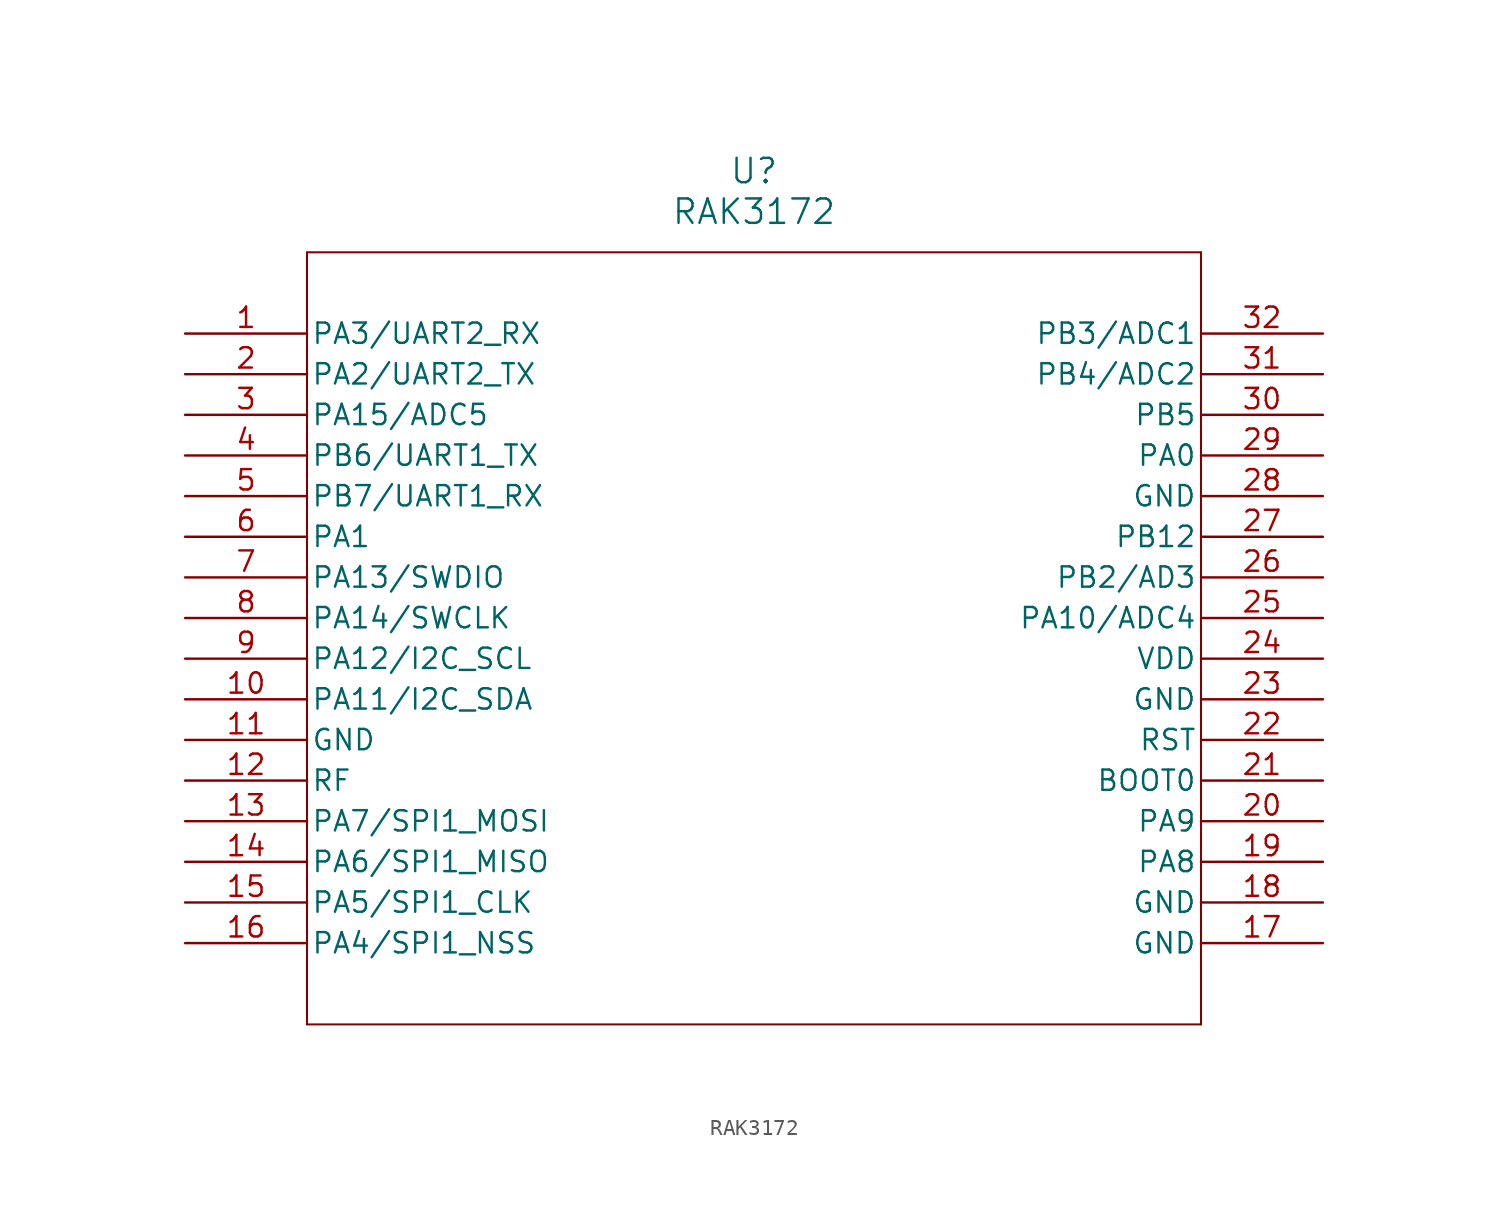
<source format=kicad_sym>
(kicad_symbol_lib
  (version 20211014)
  (generator kicad_symbol_editor)
  (symbol "RAK3172"
    (pin_names
      (offset 0.254))
    (property "Reference" "U"
      (at 35.56 10.16 0)
      (effects (font (size 1.524 1.524))))
    (property "Value" "RAK3172"
      (at 35.56 7.62 0)
      (effects (font (size 1.524 1.524))))
    (symbol "RAK3172_0_1"
      (polyline (pts (xy 7.62 5.08) (xy 7.62 -43.18)) (stroke (width 0.127) (type default) (color 0 0 0 0)) (fill (type none)))
      (polyline (pts (xy 7.62 -43.18) (xy 63.5 -43.18)) (stroke (width 0.127) (type default) (color 0 0 0 0)) (fill (type none)))
      (polyline (pts (xy 63.5 -43.18) (xy 63.5 5.08)) (stroke (width 0.127) (type default) (color 0 0 0 0)) (fill (type none)))
      (polyline (pts (xy 63.5 5.08) (xy 7.62 5.08)) (stroke (width 0.127) (type default) (color 0 0 0 0)) (fill (type none)))
      (pin bidirectional line (at 0 0 0) (length 7.62) (name "PA3/UART2_RX" (effects (font (size 1.27 1.27)))) (number "1" (effects (font (size 1.27 1.27)))))
      (pin bidirectional line (at 0 -2.54 0) (length 7.62) (name "PA2/UART2_TX" (effects (font (size 1.27 1.27)))) (number "2" (effects (font (size 1.27 1.27)))))
      (pin bidirectional line (at 0 -5.08 0) (length 7.62) (name "PA15/ADC5" (effects (font (size 1.27 1.27)))) (number "3" (effects (font (size 1.27 1.27)))))
      (pin bidirectional line (at 0 -7.62 0) (length 7.62) (name "PB6/UART1_TX" (effects (font (size 1.27 1.27)))) (number "4" (effects (font (size 1.27 1.27)))))
      (pin bidirectional line (at 0 -10.16 0) (length 7.62) (name "PB7/UART1_RX" (effects (font (size 1.27 1.27)))) (number "5" (effects (font (size 1.27 1.27)))))
      (pin bidirectional line (at 0 -12.7 0) (length 7.62) (name "PA1" (effects (font (size 1.27 1.27)))) (number "6" (effects (font (size 1.27 1.27)))))
      (pin bidirectional line (at 0 -15.24 0) (length 7.62) (name "PA13/SWDIO" (effects (font (size 1.27 1.27)))) (number "7" (effects (font (size 1.27 1.27)))))
      (pin bidirectional line (at 0 -17.78 0) (length 7.62) (name "PA14/SWCLK" (effects (font (size 1.27 1.27)))) (number "8" (effects (font (size 1.27 1.27)))))
      (pin bidirectional line (at 0 -20.32 0) (length 7.62) (name "PA12/I2C_SCL" (effects (font (size 1.27 1.27)))) (number "9" (effects (font (size 1.27 1.27)))))
      (pin bidirectional line (at 0 -22.86 0) (length 7.62) (name "PA11/I2C_SDA" (effects (font (size 1.27 1.27)))) (number "10" (effects (font (size 1.27 1.27)))))
      (pin power_out line (at 0 -25.4 0) (length 7.62) (name "GND" (effects (font (size 1.27 1.27)))) (number "11" (effects (font (size 1.27 1.27)))))
      (pin unspecified line (at 0 -27.94 0) (length 7.62) (name "RF" (effects (font (size 1.27 1.27)))) (number "12" (effects (font (size 1.27 1.27)))))
      (pin bidirectional line (at 0 -30.48 0) (length 7.62) (name "PA7/SPI1_MOSI" (effects (font (size 1.27 1.27)))) (number "13" (effects (font (size 1.27 1.27)))))
      (pin bidirectional line (at 0 -33.02 0) (length 7.62) (name "PA6/SPI1_MISO" (effects (font (size 1.27 1.27)))) (number "14" (effects (font (size 1.27 1.27)))))
      (pin bidirectional line (at 0 -35.56 0) (length 7.62) (name "PA5/SPI1_CLK" (effects (font (size 1.27 1.27)))) (number "15" (effects (font (size 1.27 1.27)))))
      (pin bidirectional line (at 0 -38.1 0) (length 7.62) (name "PA4/SPI1_NSS" (effects (font (size 1.27 1.27)))) (number "16" (effects (font (size 1.27 1.27)))))
      (pin power_out line (at 71.12 -38.1 180) (length 7.62) (name "GND" (effects (font (size 1.27 1.27)))) (number "17" (effects (font (size 1.27 1.27)))))
      (pin power_out line (at 71.12 -35.56 180) (length 7.62) (name "GND" (effects (font (size 1.27 1.27)))) (number "18" (effects (font (size 1.27 1.27)))))
      (pin bidirectional line (at 71.12 -33.02 180) (length 7.62) (name "PA8" (effects (font (size 1.27 1.27)))) (number "19" (effects (font (size 1.27 1.27)))))
      (pin bidirectional line (at 71.12 -30.48 180) (length 7.62) (name "PA9" (effects (font (size 1.27 1.27)))) (number "20" (effects (font (size 1.27 1.27)))))
      (pin unspecified line (at 71.12 -27.94 180) (length 7.62) (name "BOOT0" (effects (font (size 1.27 1.27)))) (number "21" (effects (font (size 1.27 1.27)))))
      (pin unspecified line (at 71.12 -25.4 180) (length 7.62) (name "RST" (effects (font (size 1.27 1.27)))) (number "22" (effects (font (size 1.27 1.27)))))
      (pin power_out line (at 71.12 -22.86 180) (length 7.62) (name "GND" (effects (font (size 1.27 1.27)))) (number "23" (effects (font (size 1.27 1.27)))))
      (pin power_in line (at 71.12 -20.32 180) (length 7.62) (name "VDD" (effects (font (size 1.27 1.27)))) (number "24" (effects (font (size 1.27 1.27)))))
      (pin bidirectional line (at 71.12 -17.78 180) (length 7.62) (name "PA10/ADC4" (effects (font (size 1.27 1.27)))) (number "25" (effects (font (size 1.27 1.27)))))
      (pin bidirectional line (at 71.12 -15.24 180) (length 7.62) (name "PB2/AD3" (effects (font (size 1.27 1.27)))) (number "26" (effects (font (size 1.27 1.27)))))
      (pin bidirectional line (at 71.12 -12.7 180) (length 7.62) (name "PB12" (effects (font (size 1.27 1.27)))) (number "27" (effects (font (size 1.27 1.27)))))
      (pin power_out line (at 71.12 -10.16 180) (length 7.62) (name "GND" (effects (font (size 1.27 1.27)))) (number "28" (effects (font (size 1.27 1.27)))))
      (pin bidirectional line (at 71.12 -7.62 180) (length 7.62) (name "PA0" (effects (font (size 1.27 1.27)))) (number "29" (effects (font (size 1.27 1.27)))))
      (pin bidirectional line (at 71.12 -5.08 180) (length 7.62) (name "PB5" (effects (font (size 1.27 1.27)))) (number "30" (effects (font (size 1.27 1.27)))))
      (pin bidirectional line (at 71.12 -2.54 180) (length 7.62) (name "PB4/ADC2" (effects (font (size 1.27 1.27)))) (number "31" (effects (font (size 1.27 1.27)))))
      (pin bidirectional line (at 71.12 0 180) (length 7.62) (name "PB3/ADC1" (effects (font (size 1.27 1.27)))) (number "32" (effects (font (size 1.27 1.27))))))))
</source>
